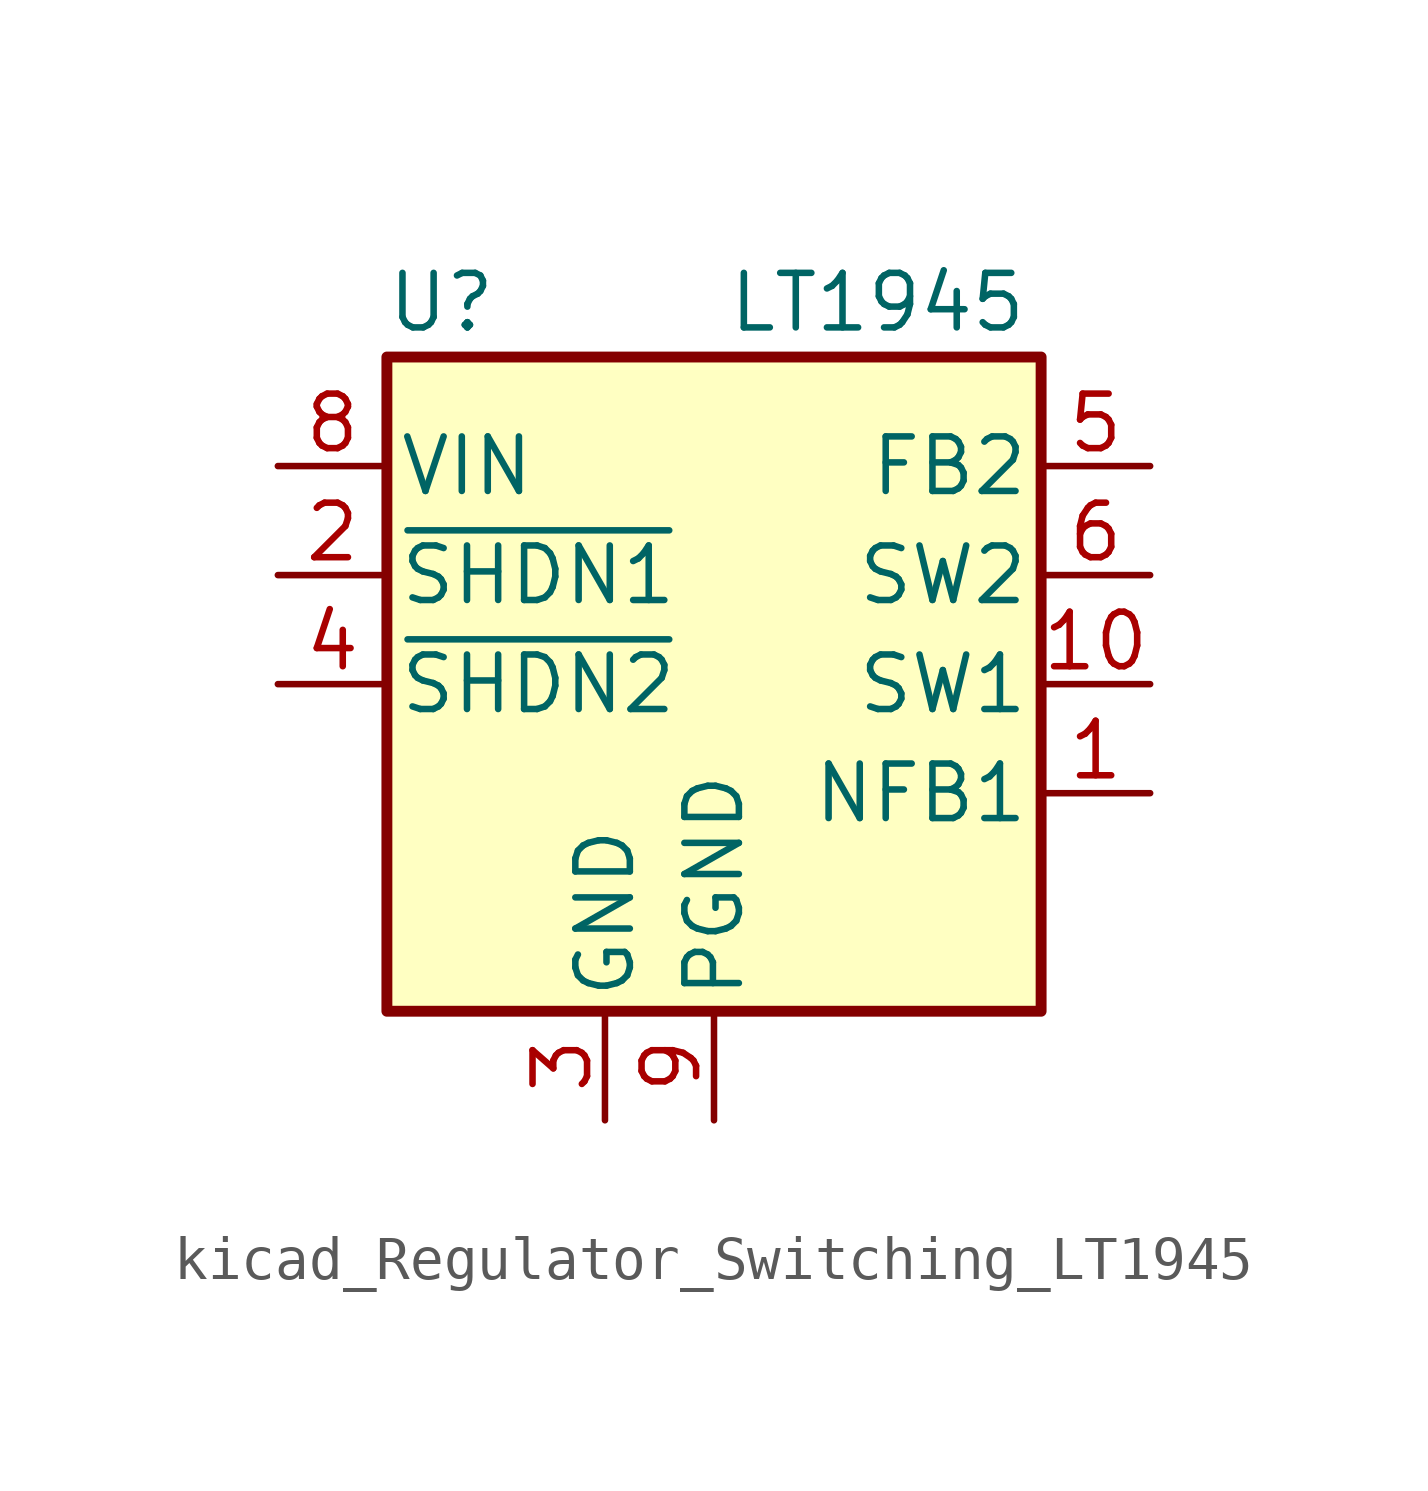
<source format=kicad_sym>
(kicad_symbol_lib
  (version 20220914)
  (generator kicad_symbol_editor)
  (symbol "kicad_Regulator_Switching_LT1945"
    (pin_names
      (offset 0.254))
    (property "Reference" "U"
      (at -6.35 11.43 0)
      (effects (font (size 1.27 1.27))))
    (property "Value" "LT1945"
      (at 3.81 11.43 0)
      (effects (font (size 1.27 1.27))))
    (symbol "kicad_Regulator_Switching_LT1945_0_1"
      (rectangle (start -7.62 10.16) (end 7.62 -5.08) (stroke (width 0.254) (type default)) (fill (type background))))
    (symbol "kicad_Regulator_Switching_LT1945_1_1"
      (pin input line (at 10.16 0 180) (length 2.54) (name "NFB1" (effects (font (size 1.27 1.27)))) (number "1" (effects (font (size 1.27 1.27)))))
      (pin power_out line (at 10.16 2.54 180) (length 2.54) (name "SW1" (effects (font (size 1.27 1.27)))) (number "10" (effects (font (size 1.27 1.27)))))
      (pin input line (at -10.16 5.08 0) (length 2.54) (name "~{SHDN1}" (effects (font (size 1.27 1.27)))) (number "2" (effects (font (size 1.27 1.27)))))
      (pin power_in line (at -2.54 -7.62 90) (length 2.54) (name "GND" (effects (font (size 1.27 1.27)))) (number "3" (effects (font (size 1.27 1.27)))))
      (pin input line (at -10.16 2.54 0) (length 2.54) (name "~{SHDN2}" (effects (font (size 1.27 1.27)))) (number "4" (effects (font (size 1.27 1.27)))))
      (pin input line (at 10.16 7.62 180) (length 2.54) (name "FB2" (effects (font (size 1.27 1.27)))) (number "5" (effects (font (size 1.27 1.27)))))
      (pin power_out line (at 10.16 5.08 180) (length 2.54) (name "SW2" (effects (font (size 1.27 1.27)))) (number "6" (effects (font (size 1.27 1.27)))))
      (pin passive line (at 0 -7.62 90) (length 2.54) hide (name "PGND" (effects (font (size 1.27 1.27)))) (number "7" (effects (font (size 1.27 1.27)))))
      (pin power_in line (at -10.16 7.62 0) (length 2.54) (name "VIN" (effects (font (size 1.27 1.27)))) (number "8" (effects (font (size 1.27 1.27)))))
      (pin power_in line (at 0 -7.62 90) (length 2.54) (name "PGND" (effects (font (size 1.27 1.27)))) (number "9" (effects (font (size 1.27 1.27))))))))
</source>
